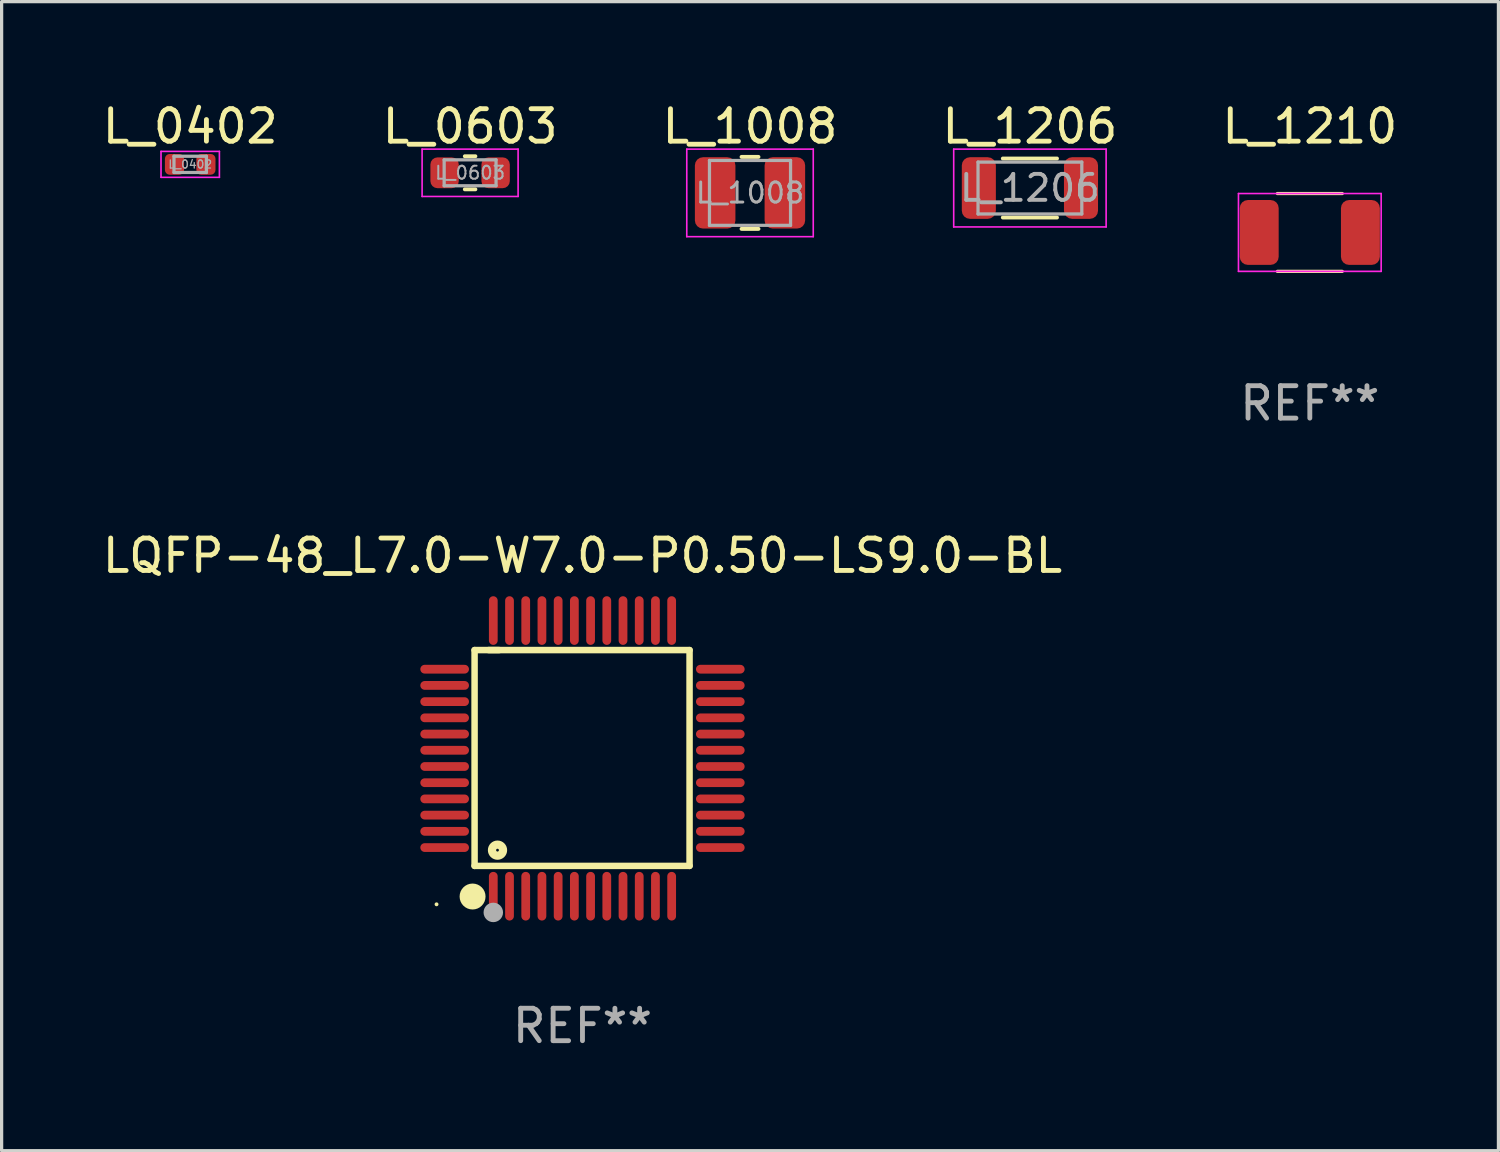
<source format=kicad_pcb>
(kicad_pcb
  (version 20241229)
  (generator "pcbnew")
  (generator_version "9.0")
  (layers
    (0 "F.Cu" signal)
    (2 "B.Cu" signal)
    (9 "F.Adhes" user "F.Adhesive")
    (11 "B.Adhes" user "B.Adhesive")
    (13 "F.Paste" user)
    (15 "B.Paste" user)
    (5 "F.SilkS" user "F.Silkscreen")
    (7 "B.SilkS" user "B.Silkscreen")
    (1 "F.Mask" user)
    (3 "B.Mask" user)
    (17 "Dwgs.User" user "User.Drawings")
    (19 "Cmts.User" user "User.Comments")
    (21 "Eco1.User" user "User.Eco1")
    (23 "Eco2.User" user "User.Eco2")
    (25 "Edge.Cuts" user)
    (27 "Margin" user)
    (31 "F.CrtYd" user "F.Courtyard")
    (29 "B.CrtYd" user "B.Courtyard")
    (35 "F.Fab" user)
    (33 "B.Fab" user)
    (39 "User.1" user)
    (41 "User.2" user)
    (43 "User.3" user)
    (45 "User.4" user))
  (footprint "LQFP-48_L7.0-W7.0-P0.50-LS9.0-BL"
    (layer "F.Cu")
    (at 14.911 20.335)
    (property "Reference" "LQFP-48_L7.0-W7.0-P0.50-LS9.0-BL" (at 0 -6.25 0) (layer "F.SilkS") (effects (font (size 1 1) (thickness 0.15))))
    (attr smd)
    (fp_line (start -3.327 -3.34) (end -2.565 -3.34) (stroke (width 0.2) (type solid)) (layer "F.SilkS"))
    (fp_line (start -3.327 3.315) (end -3.327 -3.34) (stroke (width 0.2) (type solid)) (layer "F.SilkS"))
    (fp_line (start -2.896 -3.34) (end 3.302 -3.34) (stroke (width 0.2) (type solid)) (layer "F.SilkS"))
    (fp_line (start 3.302 -3.34) (end 3.302 3.315) (stroke (width 0.2) (type solid)) (layer "F.SilkS"))
    (fp_line (start 3.302 3.315) (end -3.327 3.315) (stroke (width 0.2) (type solid)) (layer "F.SilkS"))
    (fp_arc (start -3.387452 4.059995) (mid -3.388578 4.459991) (end -3.39028 4.059997) (stroke (width 0.4) (type solid)) (layer "F.SilkS"))
    (fp_circle (center -4.5 4.5) (end -4.47 4.5) (stroke (width 0.06) (type solid)) (fill no) (layer "F.SilkS"))
    (fp_circle (center -2.62 2.83) (end -2.45 2.83) (stroke (width 0.254) (type solid)) (fill no) (layer "F.SilkS"))
    (fp_circle (center -2.75 4.75) (end -2.6 4.75) (stroke (width 0.3) (type solid)) (fill no) (layer "F.Fab"))
    (fp_text user "REF**" (at 0 8.25 0) (layer "F.Fab") (effects (font (size 1 1) (thickness 0.15))))
    (pad "1" smd oval (at -2.75 4.25) (size 0.27 1.5) (layers "F.Cu" "F.Mask" "F.Paste"))
    (pad "2" smd oval (at -2.25 4.25) (size 0.27 1.5) (layers "F.Cu" "F.Mask" "F.Paste"))
    (pad "3" smd oval (at -1.75 4.25) (size 0.27 1.5) (layers "F.Cu" "F.Mask" "F.Paste"))
    (pad "4" smd oval (at -1.25 4.25) (size 0.27 1.5) (layers "F.Cu" "F.Mask" "F.Paste"))
    (pad "5" smd oval (at -0.75 4.25) (size 0.27 1.5) (layers "F.Cu" "F.Mask" "F.Paste"))
    (pad "6" smd oval (at -0.25 4.25) (size 0.27 1.5) (layers "F.Cu" "F.Mask" "F.Paste"))
    (pad "7" smd oval (at 0.25 4.25) (size 0.27 1.5) (layers "F.Cu" "F.Mask" "F.Paste"))
    (pad "8" smd oval (at 0.75 4.25) (size 0.27 1.5) (layers "F.Cu" "F.Mask" "F.Paste"))
    (pad "9" smd oval (at 1.25 4.25) (size 0.27 1.5) (layers "F.Cu" "F.Mask" "F.Paste"))
    (pad "10" smd oval (at 1.75 4.25) (size 0.27 1.5) (layers "F.Cu" "F.Mask" "F.Paste"))
    (pad "11" smd oval (at 2.25 4.25) (size 0.27 1.5) (layers "F.Cu" "F.Mask" "F.Paste"))
    (pad "12" smd oval (at 2.75 4.25) (size 0.27 1.5) (layers "F.Cu" "F.Mask" "F.Paste"))
    (pad "13" smd oval (at 4.25 2.75) (size 1.5 0.27) (layers "F.Cu" "F.Mask" "F.Paste"))
    (pad "14" smd oval (at 4.25 2.25) (size 1.5 0.27) (layers "F.Cu" "F.Mask" "F.Paste"))
    (pad "15" smd oval (at 4.25 1.75) (size 1.5 0.27) (layers "F.Cu" "F.Mask" "F.Paste"))
    (pad "16" smd oval (at 4.25 1.25) (size 1.5 0.27) (layers "F.Cu" "F.Mask" "F.Paste"))
    (pad "17" smd oval (at 4.25 0.75) (size 1.5 0.27) (layers "F.Cu" "F.Mask" "F.Paste"))
    (pad "18" smd oval (at 4.25 0.25) (size 1.5 0.27) (layers "F.Cu" "F.Mask" "F.Paste"))
    (pad "19" smd oval (at 4.25 -0.25) (size 1.5 0.27) (layers "F.Cu" "F.Mask" "F.Paste"))
    (pad "20" smd oval (at 4.25 -0.75) (size 1.5 0.27) (layers "F.Cu" "F.Mask" "F.Paste"))
    (pad "21" smd oval (at 4.25 -1.25) (size 1.5 0.27) (layers "F.Cu" "F.Mask" "F.Paste"))
    (pad "22" smd oval (at 4.25 -1.75) (size 1.5 0.27) (layers "F.Cu" "F.Mask" "F.Paste"))
    (pad "23" smd oval (at 4.25 -2.25) (size 1.5 0.27) (layers "F.Cu" "F.Mask" "F.Paste"))
    (pad "24" smd oval (at 4.25 -2.75) (size 1.5 0.27) (layers "F.Cu" "F.Mask" "F.Paste"))
    (pad "25" smd oval (at 2.75 -4.25) (size 0.27 1.5) (layers "F.Cu" "F.Mask" "F.Paste"))
    (pad "26" smd oval (at 2.25 -4.25) (size 0.27 1.5) (layers "F.Cu" "F.Mask" "F.Paste"))
    (pad "27" smd oval (at 1.75 -4.25) (size 0.27 1.5) (layers "F.Cu" "F.Mask" "F.Paste"))
    (pad "28" smd oval (at 1.25 -4.25) (size 0.27 1.5) (layers "F.Cu" "F.Mask" "F.Paste"))
    (pad "29" smd oval (at 0.75 -4.25) (size 0.27 1.5) (layers "F.Cu" "F.Mask" "F.Paste"))
    (pad "30" smd oval (at 0.25 -4.25) (size 0.27 1.5) (layers "F.Cu" "F.Mask" "F.Paste"))
    (pad "31" smd oval (at -0.25 -4.25) (size 0.27 1.5) (layers "F.Cu" "F.Mask" "F.Paste"))
    (pad "32" smd oval (at -0.75 -4.25) (size 0.27 1.5) (layers "F.Cu" "F.Mask" "F.Paste"))
    (pad "33" smd oval (at -1.25 -4.25) (size 0.27 1.5) (layers "F.Cu" "F.Mask" "F.Paste"))
    (pad "34" smd oval (at -1.75 -4.25) (size 0.27 1.5) (layers "F.Cu" "F.Mask" "F.Paste"))
    (pad "35" smd oval (at -2.25 -4.25) (size 0.27 1.5) (layers "F.Cu" "F.Mask" "F.Paste"))
    (pad "36" smd oval (at -2.75 -4.25) (size 0.27 1.5) (layers "F.Cu" "F.Mask" "F.Paste"))
    (pad "37" smd oval (at -4.25 -2.75) (size 1.5 0.27) (layers "F.Cu" "F.Mask" "F.Paste"))
    (pad "38" smd oval (at -4.25 -2.25) (size 1.5 0.27) (layers "F.Cu" "F.Mask" "F.Paste"))
    (pad "39" smd oval (at -4.25 -1.75) (size 1.5 0.27) (layers "F.Cu" "F.Mask" "F.Paste"))
    (pad "40" smd oval (at -4.25 -1.25) (size 1.5 0.27) (layers "F.Cu" "F.Mask" "F.Paste"))
    (pad "41" smd oval (at -4.25 -0.75) (size 1.5 0.27) (layers "F.Cu" "F.Mask" "F.Paste"))
    (pad "42" smd oval (at -4.25 -0.25) (size 1.5 0.27) (layers "F.Cu" "F.Mask" "F.Paste"))
    (pad "43" smd oval (at -4.25 0.25) (size 1.5 0.27) (layers "F.Cu" "F.Mask" "F.Paste"))
    (pad "44" smd oval (at -4.25 0.75) (size 1.5 0.27) (layers "F.Cu" "F.Mask" "F.Paste"))
    (pad "45" smd oval (at -4.25 1.25) (size 1.5 0.27) (layers "F.Cu" "F.Mask" "F.Paste"))
    (pad "46" smd oval (at -4.25 1.75) (size 1.5 0.27) (layers "F.Cu" "F.Mask" "F.Paste"))
    (pad "47" smd oval (at -4.25 2.25) (size 1.5 0.27) (layers "F.Cu" "F.Mask" "F.Paste"))
    (pad "48" smd oval (at -4.25 2.75) (size 1.5 0.27) (layers "F.Cu" "F.Mask" "F.Paste")))
  (footprint "L_0603"
    (layer "F.Cu")
    (at 11.446 2.278)
    (property "Reference" "L_0603" (at 0 -1.43 0) (layer "F.SilkS") (effects (font (size 1 1) (thickness 0.15))))
    (attr smd)
    (fp_line (start -0.163 -0.51) (end 0.163 -0.51) (stroke (width 0.12) (type solid)) (layer "F.SilkS"))
    (fp_line (start -0.163 0.51) (end 0.163 0.51) (stroke (width 0.12) (type solid)) (layer "F.SilkS"))
    (fp_line (start -1.48 -0.73) (end 1.48 -0.73) (stroke (width 0.05) (type solid)) (layer "F.CrtYd"))
    (fp_line (start -1.48 0.73) (end -1.48 -0.73) (stroke (width 0.05) (type solid)) (layer "F.CrtYd"))
    (fp_line (start 1.48 -0.73) (end 1.48 0.73) (stroke (width 0.05) (type solid)) (layer "F.CrtYd"))
    (fp_line (start 1.48 0.73) (end -1.48 0.73) (stroke (width 0.05) (type solid)) (layer "F.CrtYd"))
    (fp_line (start -0.8 -0.4) (end 0.8 -0.4) (stroke (width 0.1) (type solid)) (layer "F.Fab"))
    (fp_line (start -0.8 0.4) (end -0.8 -0.4) (stroke (width 0.1) (type solid)) (layer "F.Fab"))
    (fp_line (start 0.8 -0.4) (end 0.8 0.4) (stroke (width 0.1) (type solid)) (layer "F.Fab"))
    (fp_line (start 0.8 0.4) (end -0.8 0.4) (stroke (width 0.1) (type solid)) (layer "F.Fab"))
    (fp_text user "${REFERENCE}" (at 0 0 0) (layer "F.Fab") (effects (font (size 0.4 0.4) (thickness 0.06))))
    (pad "1" smd roundrect (at -0.787 0) (size 0.875 0.95) (layers "F.Cu" "F.Mask" "F.Paste") (roundrect_rratio 0.25))
    (pad "2" smd roundrect (at 0.787 0) (size 0.875 0.95) (layers "F.Cu" "F.Mask" "F.Paste") (roundrect_rratio 0.25)))
  (footprint "L_1210"
    (layer "F.Cu")
    (at 37.339 4.118)
    (property "Reference" "L_1210" (at 0 -3.27 0) (layer "F.SilkS") (effects (font (size 1 1) (thickness 0.15))))
    (attr smd)
    (fp_line (start -1 -1.2) (end 1 -1.2) (stroke (width 0.1) (type solid)) (layer "F.SilkS"))
    (fp_line (start -1 1.2) (end 1 1.2) (stroke (width 0.1) (type solid)) (layer "F.SilkS"))
    (fp_line (start -2.2 -1.2) (end 2.2 -1.2) (stroke (width 0.05) (type default)) (layer "F.CrtYd"))
    (fp_line (start -2.2 1.2) (end -2.2 -1.2) (stroke (width 0.05) (type default)) (layer "F.CrtYd"))
    (fp_line (start 2.2 -1.2) (end 2.2 1.2) (stroke (width 0.05) (type default)) (layer "F.CrtYd"))
    (fp_line (start 2.2 1.2) (end -2.2 1.2) (stroke (width 0.05) (type default)) (layer "F.CrtYd"))
    (fp_text user "REF**" (at 0 5.27 0) (layer "F.Fab") (effects (font (size 1 1) (thickness 0.15))))
    (pad "1" smd roundrect (at -1.56 0 180) (size 1.2 2) (layers "F.Cu" "F.Mask" "F.Paste") (roundrect_rratio 0.208))
    (pad "2" smd roundrect (at 1.56 0 180) (size 1.2 2) (layers "F.Cu" "F.Mask" "F.Paste") (roundrect_rratio 0.208)))
  (footprint "L_1206"
    (layer "F.Cu")
    (at 28.708 2.748)
    (property "Reference" "L_1206" (at 0 -1.9 0) (layer "F.SilkS") (effects (font (size 1 1) (thickness 0.15))))
    (attr smd)
    (fp_line (start -0.835 -0.91) (end 0.835 -0.91) (stroke (width 0.12) (type solid)) (layer "F.SilkS"))
    (fp_line (start -0.835 0.91) (end 0.835 0.91) (stroke (width 0.12) (type solid)) (layer "F.SilkS"))
    (fp_line (start -2.35 -1.2) (end 2.35 -1.2) (stroke (width 0.05) (type solid)) (layer "F.CrtYd"))
    (fp_line (start -2.35 1.2) (end -2.35 -1.2) (stroke (width 0.05) (type solid)) (layer "F.CrtYd"))
    (fp_line (start 2.35 -1.2) (end 2.35 1.2) (stroke (width 0.05) (type solid)) (layer "F.CrtYd"))
    (fp_line (start 2.35 1.2) (end -2.35 1.2) (stroke (width 0.05) (type solid)) (layer "F.CrtYd"))
    (fp_line (start -1.6 -0.8) (end 1.6 -0.8) (stroke (width 0.1) (type solid)) (layer "F.Fab"))
    (fp_line (start -1.6 0.8) (end -1.6 -0.8) (stroke (width 0.1) (type solid)) (layer "F.Fab"))
    (fp_line (start 1.6 -0.8) (end 1.6 0.8) (stroke (width 0.1) (type solid)) (layer "F.Fab"))
    (fp_line (start 1.6 0.8) (end -1.6 0.8) (stroke (width 0.1) (type solid)) (layer "F.Fab"))
    (fp_text user "${REFERENCE}" (at 0 0 0) (layer "F.Fab") (effects (font (size 0.8 0.8) (thickness 0.12))))
    (pad "1" smd roundrect (at -1.575 0) (size 1.05 1.9) (layers "F.Cu" "F.Mask" "F.Paste") (roundrect_rratio 0.238))
    (pad "2" smd roundrect (at 1.575 0) (size 1.05 1.9) (layers "F.Cu" "F.Mask" "F.Paste") (roundrect_rratio 0.238)))
  (footprint "L_1008"
    (layer "F.Cu")
    (at 20.077 2.898)
    (property "Reference" "L_1008" (at 0 -2.05 0) (layer "F.SilkS") (effects (font (size 1 1) (thickness 0.15))))
    (attr smd)
    (fp_line (start -0.261 -1.11) (end 0.261 -1.11) (stroke (width 0.12) (type solid)) (layer "F.SilkS"))
    (fp_line (start -0.261 1.11) (end 0.261 1.11) (stroke (width 0.12) (type solid)) (layer "F.SilkS"))
    (fp_line (start -1.95 -1.35) (end 1.95 -1.35) (stroke (width 0.05) (type solid)) (layer "F.CrtYd"))
    (fp_line (start -1.95 1.35) (end -1.95 -1.35) (stroke (width 0.05) (type solid)) (layer "F.CrtYd"))
    (fp_line (start 1.95 -1.35) (end 1.95 1.35) (stroke (width 0.05) (type solid)) (layer "F.CrtYd"))
    (fp_line (start 1.95 1.35) (end -1.95 1.35) (stroke (width 0.05) (type solid)) (layer "F.CrtYd"))
    (fp_line (start -1.25 -1) (end 1.25 -1) (stroke (width 0.1) (type solid)) (layer "F.Fab"))
    (fp_line (start -1.25 1) (end -1.25 -1) (stroke (width 0.1) (type solid)) (layer "F.Fab"))
    (fp_line (start 1.25 -1) (end 1.25 1) (stroke (width 0.1) (type solid)) (layer "F.Fab"))
    (fp_line (start 1.25 1) (end -1.25 1) (stroke (width 0.1) (type solid)) (layer "F.Fab"))
    (fp_text user "${REFERENCE}" (at 0 0 0) (layer "F.Fab") (effects (font (size 0.62 0.62) (thickness 0.09))))
    (pad "1" smd roundrect (at -1.075 0) (size 1.25 2.2) (layers "F.Cu" "F.Mask" "F.Paste") (roundrect_rratio 0.2))
    (pad "2" smd roundrect (at 1.075 0) (size 1.25 2.2) (layers "F.Cu" "F.Mask" "F.Paste") (roundrect_rratio 0.2)))
  (footprint "L_0402"
    (layer "F.Cu")
    (at 2.815 2.018)
    (property "Reference" "L_0402" (at 0 -1.17 0) (layer "F.SilkS") (effects (font (size 1 1) (thickness 0.15))))
    (attr smd)
    (fp_line (start -0.9 -0.4) (end -0.9 0.4) (stroke (width 0.05) (type default)) (layer "F.CrtYd"))
    (fp_line (start -0.9 -0.4) (end 0.9 -0.4) (stroke (width 0.05) (type default)) (layer "F.CrtYd"))
    (fp_line (start 0.9 -0.4) (end 0.9 0.4) (stroke (width 0.05) (type default)) (layer "F.CrtYd"))
    (fp_line (start 0.9 0.4) (end -0.9 0.4) (stroke (width 0.05) (type default)) (layer "F.CrtYd"))
    (fp_line (start -0.5 -0.25) (end 0.5 -0.25) (stroke (width 0.1) (type solid)) (layer "F.Fab"))
    (fp_line (start -0.5 0.25) (end -0.5 -0.25) (stroke (width 0.1) (type solid)) (layer "F.Fab"))
    (fp_line (start 0.5 -0.25) (end 0.5 0.25) (stroke (width 0.1) (type solid)) (layer "F.Fab"))
    (fp_line (start 0.5 0.25) (end -0.5 0.25) (stroke (width 0.1) (type solid)) (layer "F.Fab"))
    (fp_text user "${REFERENCE}" (at 0 0 0) (layer "F.Fab") (effects (font (size 0.25 0.25) (thickness 0.04))))
    (pad "1" smd roundrect (at -0.485 0) (size 0.59 0.64) (layers "F.Cu" "F.Mask" "F.Paste") (roundrect_rratio 0.25))
    (pad "2" smd roundrect (at 0.485 0) (size 0.59 0.64) (layers "F.Cu" "F.Mask" "F.Paste") (roundrect_rratio 0.25)))
  (gr_rect
    (start -3 -3)
    (end 43.155 32.433)
    (stroke (width 0.1) (type default))
    (fill no)
    (layer "Edge.Cuts")))
</source>
